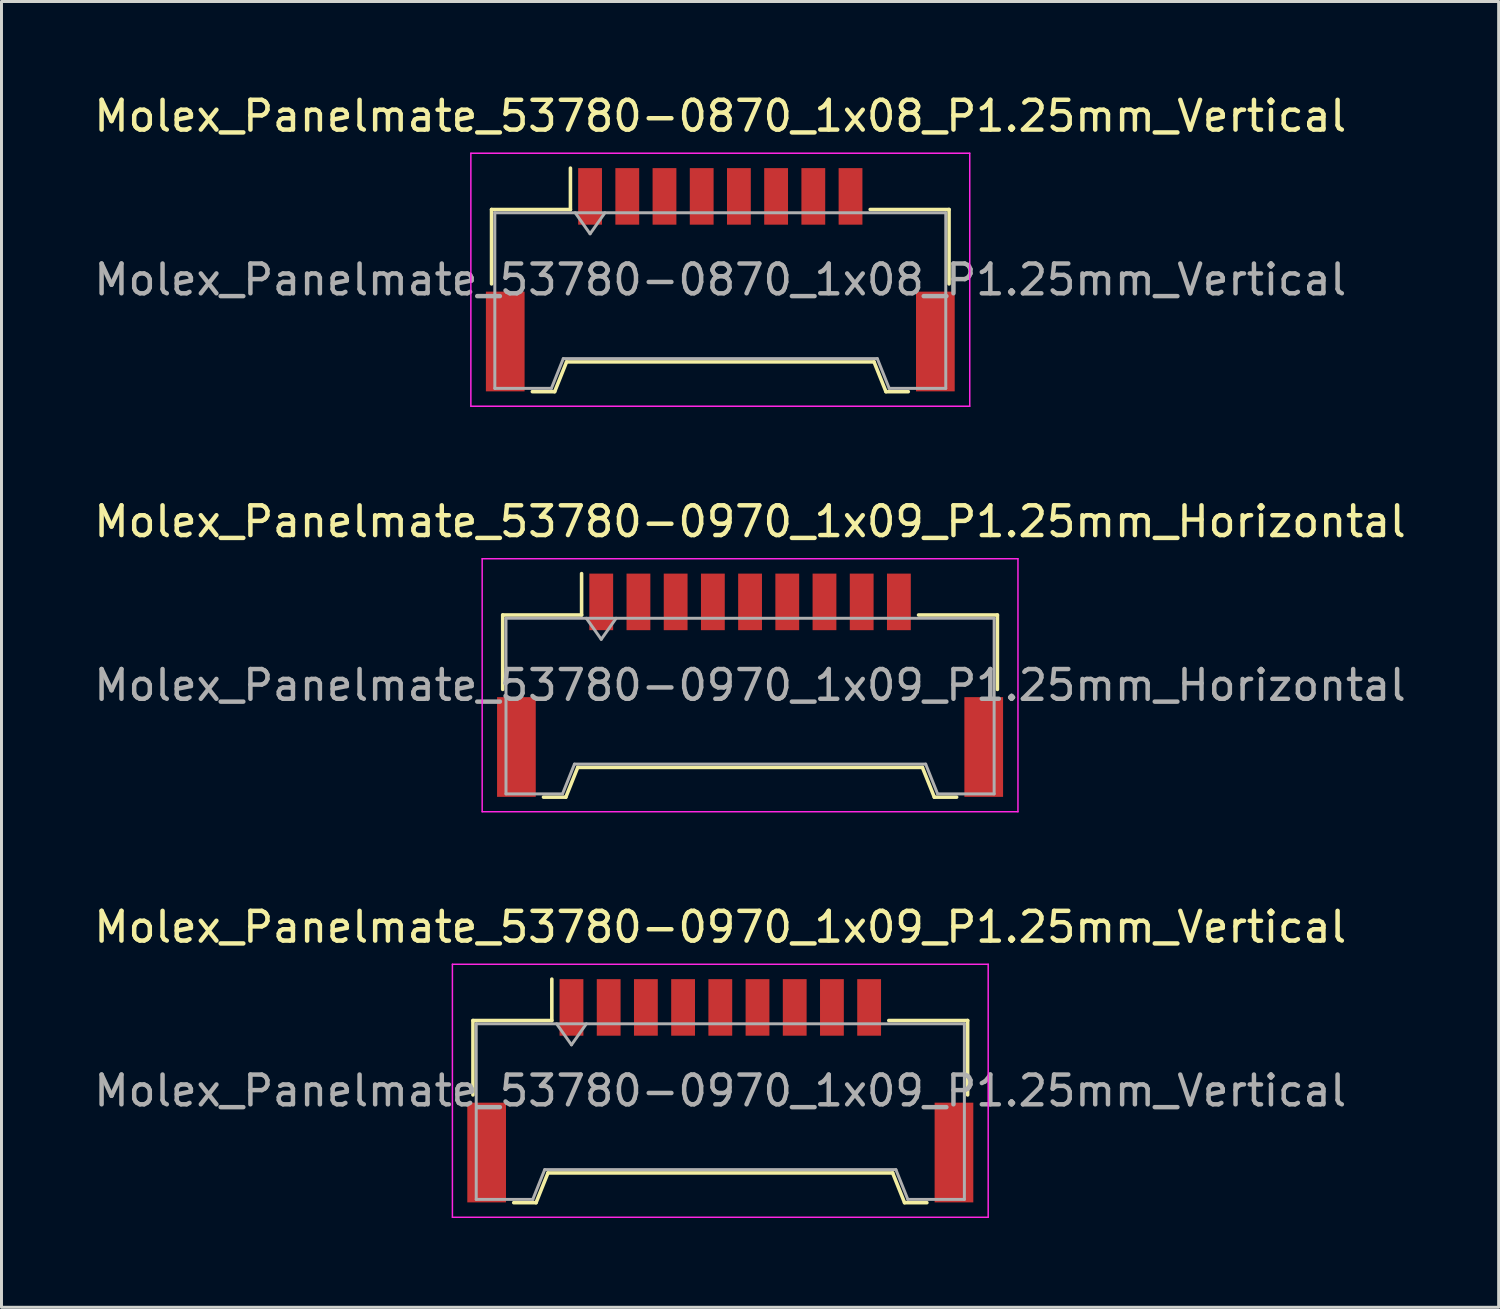
<source format=kicad_pcb>
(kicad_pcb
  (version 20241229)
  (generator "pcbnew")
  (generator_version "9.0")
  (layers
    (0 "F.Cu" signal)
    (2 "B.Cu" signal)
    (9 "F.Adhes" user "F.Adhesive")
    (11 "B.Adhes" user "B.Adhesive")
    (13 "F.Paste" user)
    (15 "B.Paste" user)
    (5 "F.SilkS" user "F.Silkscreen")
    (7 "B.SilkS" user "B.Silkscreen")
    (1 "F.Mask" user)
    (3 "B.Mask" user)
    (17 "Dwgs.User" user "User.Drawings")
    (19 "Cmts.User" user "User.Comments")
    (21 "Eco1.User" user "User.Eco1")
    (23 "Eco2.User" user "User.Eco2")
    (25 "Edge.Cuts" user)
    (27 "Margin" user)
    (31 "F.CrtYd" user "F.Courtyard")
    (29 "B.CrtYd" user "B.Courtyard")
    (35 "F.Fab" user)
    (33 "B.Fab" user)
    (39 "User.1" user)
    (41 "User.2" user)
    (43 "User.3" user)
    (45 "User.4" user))
  (footprint "Molex_Panelmate_53780-0870_1x08_P1.25mm_Vertical"
    (layer "F.Cu")
    (at 21.149 6.348)
    (property "Reference" "Molex_Panelmate_53780-0870_1x08_P1.25mm_Vertical" (at 0 -5.5 0) (layer "F.SilkS") (effects (font (size 1 1) (thickness 0.15))))
    (attr smd)
    (fp_line (start -7.685 -2.36) (end -5.035 -2.36) (stroke (width 0.12) (type solid)) (layer "F.SilkS"))
    (fp_line (start -7.685 0.14) (end -7.685 -2.36) (stroke (width 0.12) (type solid)) (layer "F.SilkS"))
    (fp_line (start -6.315 3.76) (end -5.565 3.76) (stroke (width 0.12) (type solid)) (layer "F.SilkS"))
    (fp_line (start -5.565 3.76) (end -5.165 2.76) (stroke (width 0.12) (type solid)) (layer "F.SilkS"))
    (fp_line (start -5.165 2.76) (end 5.165 2.76) (stroke (width 0.12) (type solid)) (layer "F.SilkS"))
    (fp_line (start -5.035 -2.36) (end -5.035 -3.75) (stroke (width 0.12) (type solid)) (layer "F.SilkS"))
    (fp_line (start 5.165 2.76) (end 5.565 3.76) (stroke (width 0.12) (type solid)) (layer "F.SilkS"))
    (fp_line (start 5.565 3.76) (end 6.315 3.76) (stroke (width 0.12) (type solid)) (layer "F.SilkS"))
    (fp_line (start 7.685 -2.36) (end 5.035 -2.36) (stroke (width 0.12) (type solid)) (layer "F.SilkS"))
    (fp_line (start 7.685 0.14) (end 7.685 -2.36) (stroke (width 0.12) (type solid)) (layer "F.SilkS"))
    (fp_line (start -8.38 -4.25) (end -8.38 4.25) (stroke (width 0.05) (type solid)) (layer "F.CrtYd"))
    (fp_line (start -8.38 4.25) (end 8.38 4.25) (stroke (width 0.05) (type solid)) (layer "F.CrtYd"))
    (fp_line (start 8.38 -4.25) (end -8.38 -4.25) (stroke (width 0.05) (type solid)) (layer "F.CrtYd"))
    (fp_line (start 8.38 4.25) (end 8.38 -4.25) (stroke (width 0.05) (type solid)) (layer "F.CrtYd"))
    (fp_line (start -7.575 -2.25) (end -7.575 3.65) (stroke (width 0.1) (type solid)) (layer "F.Fab"))
    (fp_line (start -7.575 -2.25) (end 7.575 -2.25) (stroke (width 0.1) (type solid)) (layer "F.Fab"))
    (fp_line (start -7.575 3.65) (end -5.675 3.65) (stroke (width 0.1) (type solid)) (layer "F.Fab"))
    (fp_line (start -5.675 3.65) (end -5.275 2.65) (stroke (width 0.1) (type solid)) (layer "F.Fab"))
    (fp_line (start -5.275 2.65) (end 5.275 2.65) (stroke (width 0.1) (type solid)) (layer "F.Fab"))
    (fp_line (start -4.875 -2.25) (end -4.375 -1.543) (stroke (width 0.1) (type solid)) (layer "F.Fab"))
    (fp_line (start -4.375 -1.543) (end -3.875 -2.25) (stroke (width 0.1) (type solid)) (layer "F.Fab"))
    (fp_line (start 5.275 2.65) (end 5.675 3.65) (stroke (width 0.1) (type solid)) (layer "F.Fab"))
    (fp_line (start 5.675 3.65) (end 7.575 3.65) (stroke (width 0.1) (type solid)) (layer "F.Fab"))
    (fp_line (start 7.575 -2.25) (end 7.575 3.65) (stroke (width 0.1) (type solid)) (layer "F.Fab"))
    (fp_text user "${REFERENCE}" (at 0 0 0) (layer "F.Fab") (effects (font (size 1 1) (thickness 0.15))))
    (pad "" smd rect (at -7.225 2.075) (size 1.3 3.35) (layers "F.Cu" "F.Mask" "F.Paste"))
    (pad "" smd rect (at 7.225 2.075) (size 1.3 3.35) (layers "F.Cu" "F.Mask" "F.Paste"))
    (pad "1" smd rect (at -4.375 -2.8) (size 0.8 1.9) (layers "F.Cu" "F.Mask" "F.Paste"))
    (pad "2" smd rect (at -3.125 -2.8) (size 0.8 1.9) (layers "F.Cu" "F.Mask" "F.Paste"))
    (pad "3" smd rect (at -1.875 -2.8) (size 0.8 1.9) (layers "F.Cu" "F.Mask" "F.Paste"))
    (pad "4" smd rect (at -0.625 -2.8) (size 0.8 1.9) (layers "F.Cu" "F.Mask" "F.Paste"))
    (pad "5" smd rect (at 0.625 -2.8) (size 0.8 1.9) (layers "F.Cu" "F.Mask" "F.Paste"))
    (pad "6" smd rect (at 1.875 -2.8) (size 0.8 1.9) (layers "F.Cu" "F.Mask" "F.Paste"))
    (pad "7" smd rect (at 3.125 -2.8) (size 0.8 1.9) (layers "F.Cu" "F.Mask" "F.Paste"))
    (pad "8" smd rect (at 4.375 -2.8) (size 0.8 1.9) (layers "F.Cu" "F.Mask" "F.Paste")))
  (footprint "Molex_Panelmate_53780-0970_1x09_P1.25mm_Vertical"
    (layer "F.Cu")
    (at 21.149 33.595)
    (property "Reference" "Molex_Panelmate_53780-0970_1x09_P1.25mm_Vertical" (at 0 -5.5 0) (layer "F.SilkS") (effects (font (size 1 1) (thickness 0.15))))
    (attr smd)
    (fp_line (start -8.31 -2.36) (end -5.66 -2.36) (stroke (width 0.12) (type solid)) (layer "F.SilkS"))
    (fp_line (start -8.31 0.14) (end -8.31 -2.36) (stroke (width 0.12) (type solid)) (layer "F.SilkS"))
    (fp_line (start -6.94 3.76) (end -6.19 3.76) (stroke (width 0.12) (type solid)) (layer "F.SilkS"))
    (fp_line (start -6.19 3.76) (end -5.79 2.76) (stroke (width 0.12) (type solid)) (layer "F.SilkS"))
    (fp_line (start -5.79 2.76) (end 5.79 2.76) (stroke (width 0.12) (type solid)) (layer "F.SilkS"))
    (fp_line (start -5.66 -2.36) (end -5.66 -3.75) (stroke (width 0.12) (type solid)) (layer "F.SilkS"))
    (fp_line (start 5.79 2.76) (end 6.19 3.76) (stroke (width 0.12) (type solid)) (layer "F.SilkS"))
    (fp_line (start 6.19 3.76) (end 6.94 3.76) (stroke (width 0.12) (type solid)) (layer "F.SilkS"))
    (fp_line (start 8.31 -2.36) (end 5.66 -2.36) (stroke (width 0.12) (type solid)) (layer "F.SilkS"))
    (fp_line (start 8.31 0.14) (end 8.31 -2.36) (stroke (width 0.12) (type solid)) (layer "F.SilkS"))
    (fp_line (start -9 -4.25) (end -9 4.25) (stroke (width 0.05) (type solid)) (layer "F.CrtYd"))
    (fp_line (start -9 4.25) (end 9 4.25) (stroke (width 0.05) (type solid)) (layer "F.CrtYd"))
    (fp_line (start 9 -4.25) (end -9 -4.25) (stroke (width 0.05) (type solid)) (layer "F.CrtYd"))
    (fp_line (start 9 4.25) (end 9 -4.25) (stroke (width 0.05) (type solid)) (layer "F.CrtYd"))
    (fp_line (start -8.2 -2.25) (end -8.2 3.65) (stroke (width 0.1) (type solid)) (layer "F.Fab"))
    (fp_line (start -8.2 -2.25) (end 8.2 -2.25) (stroke (width 0.1) (type solid)) (layer "F.Fab"))
    (fp_line (start -8.2 3.65) (end -6.3 3.65) (stroke (width 0.1) (type solid)) (layer "F.Fab"))
    (fp_line (start -6.3 3.65) (end -5.9 2.65) (stroke (width 0.1) (type solid)) (layer "F.Fab"))
    (fp_line (start -5.9 2.65) (end 5.9 2.65) (stroke (width 0.1) (type solid)) (layer "F.Fab"))
    (fp_line (start -5.5 -2.25) (end -5 -1.543) (stroke (width 0.1) (type solid)) (layer "F.Fab"))
    (fp_line (start -5 -1.543) (end -4.5 -2.25) (stroke (width 0.1) (type solid)) (layer "F.Fab"))
    (fp_line (start 5.9 2.65) (end 6.3 3.65) (stroke (width 0.1) (type solid)) (layer "F.Fab"))
    (fp_line (start 6.3 3.65) (end 8.2 3.65) (stroke (width 0.1) (type solid)) (layer "F.Fab"))
    (fp_line (start 8.2 -2.25) (end 8.2 3.65) (stroke (width 0.1) (type solid)) (layer "F.Fab"))
    (fp_text user "${REFERENCE}" (at 0 0 0) (layer "F.Fab") (effects (font (size 1 1) (thickness 0.15))))
    (pad "" smd rect (at -7.85 2.075) (size 1.3 3.35) (layers "F.Cu" "F.Mask" "F.Paste"))
    (pad "" smd rect (at 7.85 2.075) (size 1.3 3.35) (layers "F.Cu" "F.Mask" "F.Paste"))
    (pad "1" smd rect (at -5 -2.8) (size 0.8 1.9) (layers "F.Cu" "F.Mask" "F.Paste"))
    (pad "2" smd rect (at -3.75 -2.8) (size 0.8 1.9) (layers "F.Cu" "F.Mask" "F.Paste"))
    (pad "3" smd rect (at -2.5 -2.8) (size 0.8 1.9) (layers "F.Cu" "F.Mask" "F.Paste"))
    (pad "4" smd rect (at -1.25 -2.8) (size 0.8 1.9) (layers "F.Cu" "F.Mask" "F.Paste"))
    (pad "5" smd rect (at 0 -2.8) (size 0.8 1.9) (layers "F.Cu" "F.Mask" "F.Paste"))
    (pad "6" smd rect (at 1.25 -2.8) (size 0.8 1.9) (layers "F.Cu" "F.Mask" "F.Paste"))
    (pad "7" smd rect (at 2.5 -2.8) (size 0.8 1.9) (layers "F.Cu" "F.Mask" "F.Paste"))
    (pad "8" smd rect (at 3.75 -2.8) (size 0.8 1.9) (layers "F.Cu" "F.Mask" "F.Paste"))
    (pad "9" smd rect (at 5 -2.8) (size 0.8 1.9) (layers "F.Cu" "F.Mask" "F.Paste")))
  (footprint "Molex_Panelmate_53780-0970_1x09_P1.25mm_Horizontal"
    (layer "F.Cu")
    (at 22.149 19.971)
    (property "Reference" "Molex_Panelmate_53780-0970_1x09_P1.25mm_Horizontal" (at 0 -5.5 0) (layer "F.SilkS") (effects (font (size 1 1) (thickness 0.15))))
    (attr smd)
    (fp_line (start -8.31 -2.36) (end -5.66 -2.36) (stroke (width 0.12) (type solid)) (layer "F.SilkS"))
    (fp_line (start -8.31 0.14) (end -8.31 -2.36) (stroke (width 0.12) (type solid)) (layer "F.SilkS"))
    (fp_line (start -6.94 3.76) (end -6.19 3.76) (stroke (width 0.12) (type solid)) (layer "F.SilkS"))
    (fp_line (start -6.19 3.76) (end -5.79 2.76) (stroke (width 0.12) (type solid)) (layer "F.SilkS"))
    (fp_line (start -5.79 2.76) (end 5.79 2.76) (stroke (width 0.12) (type solid)) (layer "F.SilkS"))
    (fp_line (start -5.66 -2.36) (end -5.66 -3.75) (stroke (width 0.12) (type solid)) (layer "F.SilkS"))
    (fp_line (start 5.79 2.76) (end 6.19 3.76) (stroke (width 0.12) (type solid)) (layer "F.SilkS"))
    (fp_line (start 6.19 3.76) (end 6.94 3.76) (stroke (width 0.12) (type solid)) (layer "F.SilkS"))
    (fp_line (start 8.31 -2.36) (end 5.66 -2.36) (stroke (width 0.12) (type solid)) (layer "F.SilkS"))
    (fp_line (start 8.31 0.14) (end 8.31 -2.36) (stroke (width 0.12) (type solid)) (layer "F.SilkS"))
    (fp_line (start -9 -4.25) (end -9 4.25) (stroke (width 0.05) (type solid)) (layer "F.CrtYd"))
    (fp_line (start -9 4.25) (end 9 4.25) (stroke (width 0.05) (type solid)) (layer "F.CrtYd"))
    (fp_line (start 9 -4.25) (end -9 -4.25) (stroke (width 0.05) (type solid)) (layer "F.CrtYd"))
    (fp_line (start 9 4.25) (end 9 -4.25) (stroke (width 0.05) (type solid)) (layer "F.CrtYd"))
    (fp_line (start -8.2 -2.25) (end -8.2 3.65) (stroke (width 0.1) (type solid)) (layer "F.Fab"))
    (fp_line (start -8.2 -2.25) (end 8.2 -2.25) (stroke (width 0.1) (type solid)) (layer "F.Fab"))
    (fp_line (start -8.2 3.65) (end -6.3 3.65) (stroke (width 0.1) (type solid)) (layer "F.Fab"))
    (fp_line (start -6.3 3.65) (end -5.9 2.65) (stroke (width 0.1) (type solid)) (layer "F.Fab"))
    (fp_line (start -5.9 2.65) (end 5.9 2.65) (stroke (width 0.1) (type solid)) (layer "F.Fab"))
    (fp_line (start -5.5 -2.25) (end -5 -1.543) (stroke (width 0.1) (type solid)) (layer "F.Fab"))
    (fp_line (start -5 -1.543) (end -4.5 -2.25) (stroke (width 0.1) (type solid)) (layer "F.Fab"))
    (fp_line (start 5.9 2.65) (end 6.3 3.65) (stroke (width 0.1) (type solid)) (layer "F.Fab"))
    (fp_line (start 6.3 3.65) (end 8.2 3.65) (stroke (width 0.1) (type solid)) (layer "F.Fab"))
    (fp_line (start 8.2 -2.25) (end 8.2 3.65) (stroke (width 0.1) (type solid)) (layer "F.Fab"))
    (fp_text user "${REFERENCE}" (at 0 0 0) (layer "F.Fab") (effects (font (size 1 1) (thickness 0.15))))
    (pad "" smd rect (at -7.85 2.075) (size 1.3 3.35) (layers "F.Cu" "F.Mask" "F.Paste"))
    (pad "" smd rect (at 7.85 2.075) (size 1.3 3.35) (layers "F.Cu" "F.Mask" "F.Paste"))
    (pad "1" smd rect (at -5 -2.8) (size 0.8 1.9) (layers "F.Cu" "F.Mask" "F.Paste"))
    (pad "2" smd rect (at -3.75 -2.8) (size 0.8 1.9) (layers "F.Cu" "F.Mask" "F.Paste"))
    (pad "3" smd rect (at -2.5 -2.8) (size 0.8 1.9) (layers "F.Cu" "F.Mask" "F.Paste"))
    (pad "4" smd rect (at -1.25 -2.8) (size 0.8 1.9) (layers "F.Cu" "F.Mask" "F.Paste"))
    (pad "5" smd rect (at 0 -2.8) (size 0.8 1.9) (layers "F.Cu" "F.Mask" "F.Paste"))
    (pad "6" smd rect (at 1.25 -2.8) (size 0.8 1.9) (layers "F.Cu" "F.Mask" "F.Paste"))
    (pad "7" smd rect (at 2.5 -2.8) (size 0.8 1.9) (layers "F.Cu" "F.Mask" "F.Paste"))
    (pad "8" smd rect (at 3.75 -2.8) (size 0.8 1.9) (layers "F.Cu" "F.Mask" "F.Paste"))
    (pad "9" smd rect (at 5 -2.8) (size 0.8 1.9) (layers "F.Cu" "F.Mask" "F.Paste")))
  (gr_rect
    (start -3 -3)
    (end 47.298 40.87)
    (stroke (width 0.1) (type default))
    (fill no)
    (layer "Edge.Cuts")))
</source>
